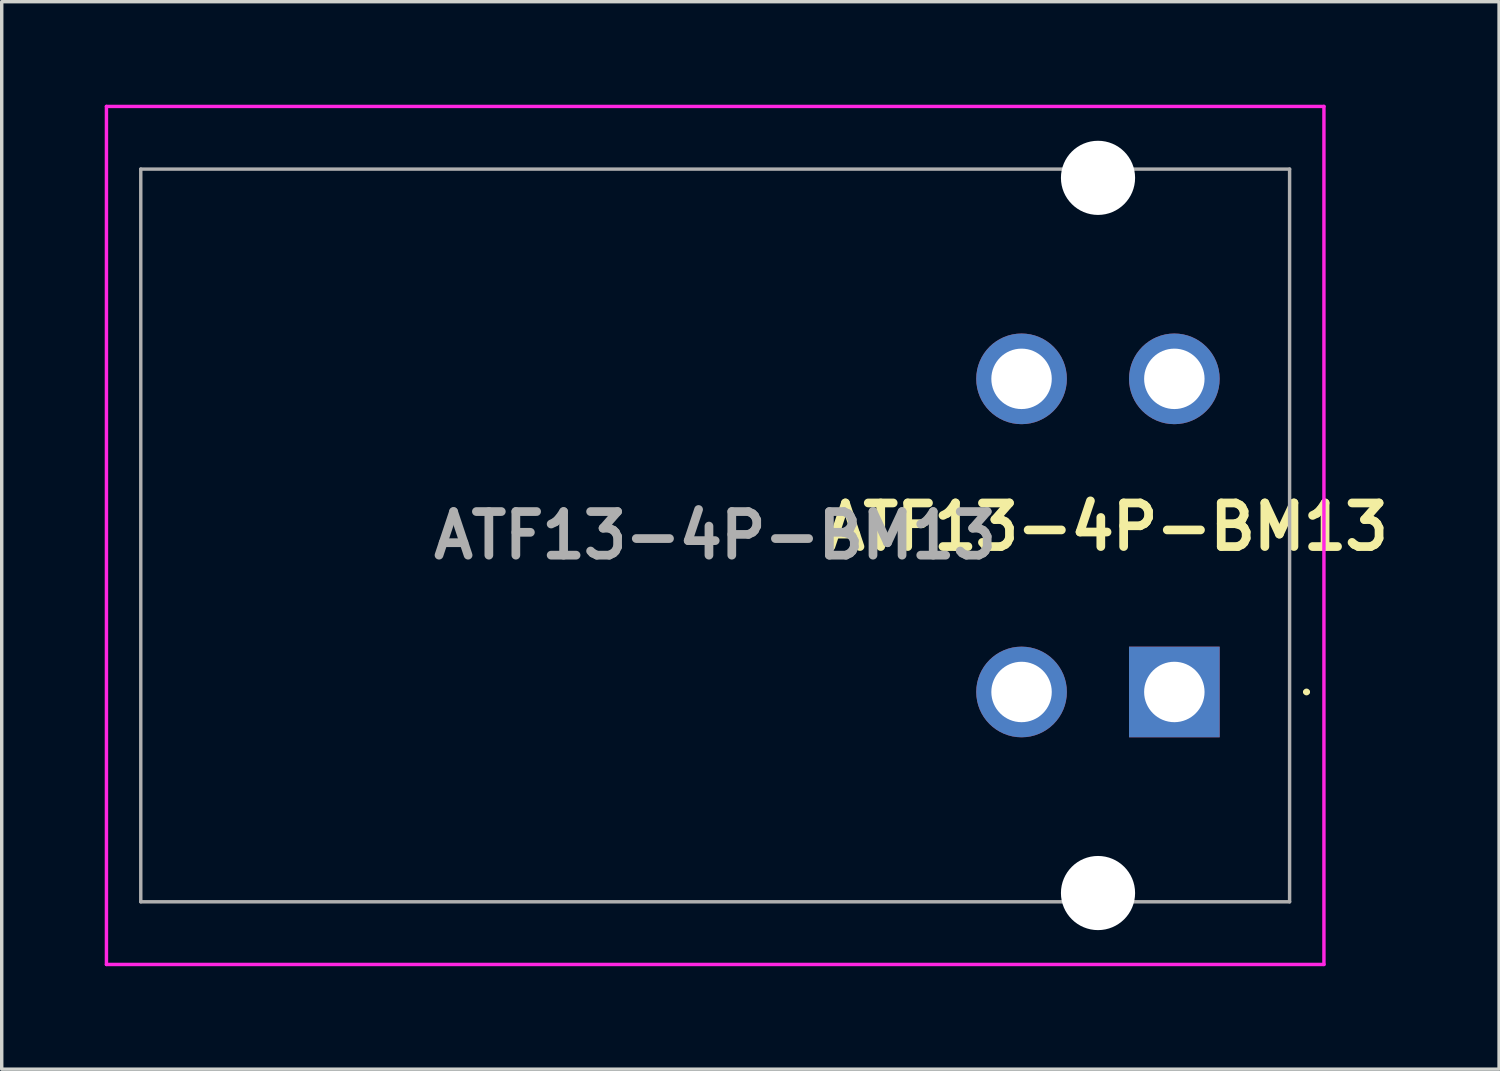
<source format=kicad_pcb>
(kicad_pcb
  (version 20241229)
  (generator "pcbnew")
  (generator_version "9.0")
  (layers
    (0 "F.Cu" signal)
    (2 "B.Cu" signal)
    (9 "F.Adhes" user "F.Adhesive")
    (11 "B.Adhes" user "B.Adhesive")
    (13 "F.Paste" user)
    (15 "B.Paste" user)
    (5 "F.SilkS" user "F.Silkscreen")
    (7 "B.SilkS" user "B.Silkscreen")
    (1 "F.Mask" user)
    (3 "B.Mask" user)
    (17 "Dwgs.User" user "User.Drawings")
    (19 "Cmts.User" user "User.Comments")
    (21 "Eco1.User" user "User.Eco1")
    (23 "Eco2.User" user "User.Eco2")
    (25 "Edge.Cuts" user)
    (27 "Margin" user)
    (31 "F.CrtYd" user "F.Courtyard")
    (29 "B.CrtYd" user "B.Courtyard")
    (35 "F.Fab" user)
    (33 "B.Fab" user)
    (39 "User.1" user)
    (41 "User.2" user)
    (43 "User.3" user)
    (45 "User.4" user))
  (footprint "ATF13-4P-BM13"
    (layer "F.Cu")
    (at 31.153 17.104)
    (property "Reference" "ATF13-4P-BM13" (at -1.96 -4.81 0) (layer "F.SilkS") (effects (font (size 1.27 1.27) (thickness 0.254))))
    (attr through_hole)
    (fp_line (start 3.8 0) (end 3.8 0) (stroke (width 0.1) (type solid)) (layer "F.SilkS"))
    (fp_line (start 3.9 0) (end 3.9 0) (stroke (width 0.1) (type solid)) (layer "F.SilkS"))
    (fp_arc (start 3.8 0) (mid 3.85 -0.05) (end 3.9 0) (stroke (width 0.1) (type solid)) (layer "F.SilkS"))
    (fp_arc (start 3.9 0) (mid 3.85 0.05) (end 3.8 0) (stroke (width 0.1) (type solid)) (layer "F.SilkS"))
    (fp_line (start -31.103 -17.054) (end -31.103 7.936) (stroke (width 0.1) (type solid)) (layer "F.CrtYd"))
    (fp_line (start -31.103 7.936) (end 4.357 7.936) (stroke (width 0.1) (type solid)) (layer "F.CrtYd"))
    (fp_line (start 4.357 -17.054) (end -31.103 -17.054) (stroke (width 0.1) (type solid)) (layer "F.CrtYd"))
    (fp_line (start 4.357 7.936) (end 4.357 -17.054) (stroke (width 0.1) (type solid)) (layer "F.CrtYd"))
    (fp_line (start -30.103 -15.229) (end -30.103 6.111) (stroke (width 0.1) (type solid)) (layer "F.Fab"))
    (fp_line (start -30.103 6.111) (end 3.357 6.111) (stroke (width 0.1) (type solid)) (layer "F.Fab"))
    (fp_line (start 3.357 -15.229) (end -30.103 -15.229) (stroke (width 0.1) (type solid)) (layer "F.Fab"))
    (fp_line (start 3.357 6.111) (end 3.357 -15.229) (stroke (width 0.1) (type solid)) (layer "F.Fab"))
    (fp_text user "${REFERENCE}" (at -13.373 -4.559 0) (layer "F.Fab") (effects (font (size 1.27 1.27) (thickness 0.254))))
    (pad "" np_thru_hole circle (at -2.223 -14.974) (size 2.16 2.16) (drill 2.16) (layers "*.Cu" "*.Mask"))
    (pad "" np_thru_hole circle (at -2.223 5.856) (size 2.16 2.16) (drill 2.16) (layers "*.Cu" "*.Mask"))
    (pad "1" thru_hole rect (at 0 0) (size 2.64 2.64) (drill 1.76) (layers "*.Cu" "*.Mask"))
    (pad "2" thru_hole circle (at -4.45 0) (size 2.64 2.64) (drill 1.76) (layers "*.Cu" "*.Mask"))
    (pad "3" thru_hole circle (at -4.45 -9.12) (size 2.64 2.64) (drill 1.76) (layers "*.Cu" "*.Mask"))
    (pad "4" thru_hole circle (at 0 -9.12) (size 2.64 2.64) (drill 1.76) (layers "*.Cu" "*.Mask")))
  (gr_rect
    (start -3 -3)
    (end 40.611 28.09)
    (stroke (width 0.1) (type default))
    (fill no)
    (layer "Edge.Cuts")))
</source>
